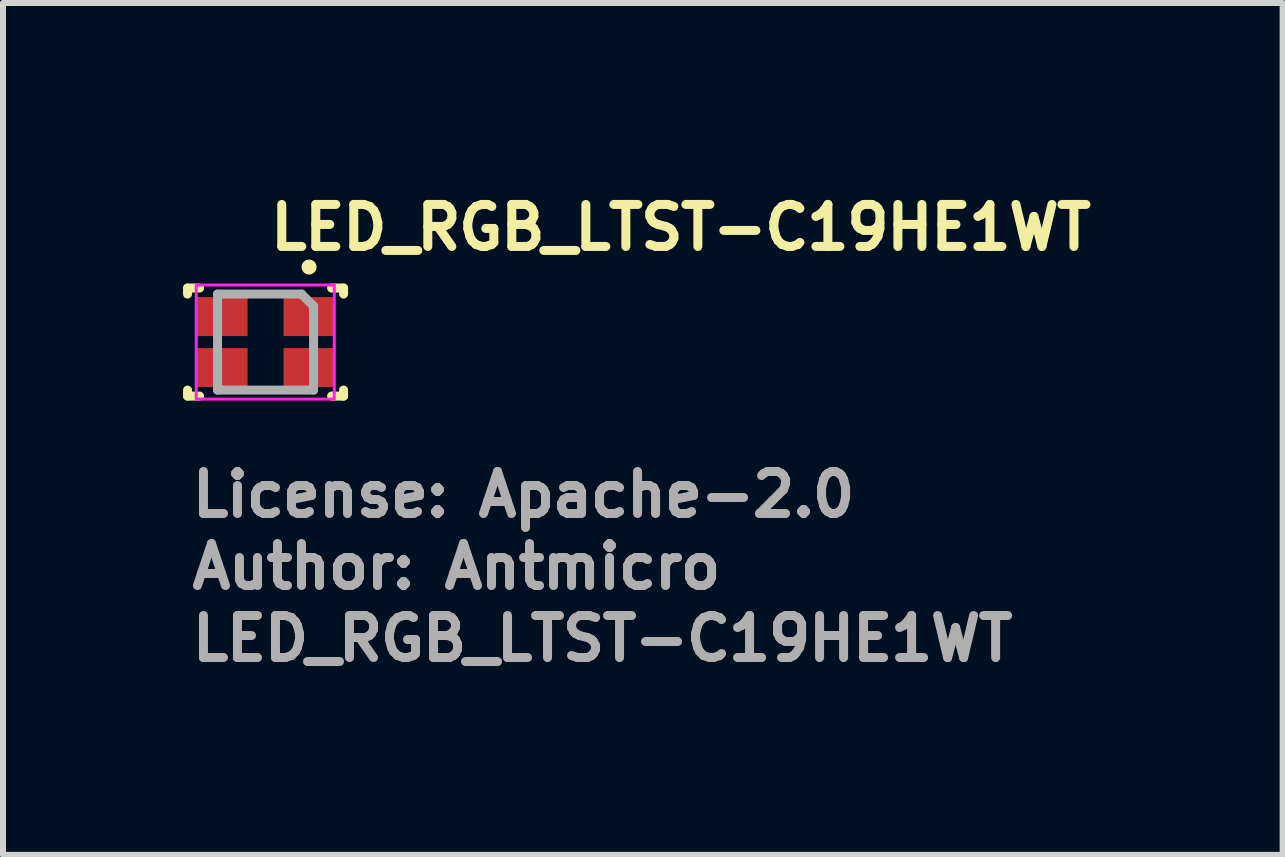
<source format=kicad_pcb>
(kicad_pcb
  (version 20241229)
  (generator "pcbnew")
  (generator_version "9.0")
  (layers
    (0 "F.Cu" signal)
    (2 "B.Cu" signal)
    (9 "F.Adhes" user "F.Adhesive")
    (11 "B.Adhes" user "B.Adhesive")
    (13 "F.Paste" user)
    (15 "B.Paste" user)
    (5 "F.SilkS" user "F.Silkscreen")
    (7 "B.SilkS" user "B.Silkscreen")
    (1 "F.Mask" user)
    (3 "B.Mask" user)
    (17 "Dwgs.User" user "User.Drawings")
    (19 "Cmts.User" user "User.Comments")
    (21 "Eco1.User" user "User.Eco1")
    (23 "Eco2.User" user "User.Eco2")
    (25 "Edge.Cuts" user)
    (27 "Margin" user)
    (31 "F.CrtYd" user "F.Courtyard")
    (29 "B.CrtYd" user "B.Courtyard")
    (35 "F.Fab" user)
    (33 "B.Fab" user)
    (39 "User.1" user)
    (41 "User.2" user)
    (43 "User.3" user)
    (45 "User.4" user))
  (footprint "LED_RGB_LTST-C19HE1WT"
    (layer "F.Cu")
    (at 1.38 2.65)
    (property "Reference" "LED_RGB_LTST-C19HE1WT" (at 0 -1.5 180) (layer "F.SilkS") (effects (font (size 0.7 0.7) (thickness 0.15)) (justify left bottom)))
    (attr smd)
    (fp_line (start -1.305 -0.9) (end -1.105 -0.9) (stroke (width 0.15) (type solid)) (layer "F.SilkS"))
    (fp_line (start -1.305 -0.8) (end -1.305 -0.9) (stroke (width 0.15) (type solid)) (layer "F.SilkS"))
    (fp_line (start -1.305 0.8) (end -1.305 0.9) (stroke (width 0.15) (type solid)) (layer "F.SilkS"))
    (fp_line (start -1.305 0.9) (end -1.105 0.9) (stroke (width 0.15) (type solid)) (layer "F.SilkS"))
    (fp_line (start 1.295 -0.9) (end 1.095 -0.9) (stroke (width 0.15) (type solid)) (layer "F.SilkS"))
    (fp_line (start 1.295 -0.8) (end 1.295 -0.9) (stroke (width 0.15) (type solid)) (layer "F.SilkS"))
    (fp_line (start 1.295 0.8) (end 1.295 0.9) (stroke (width 0.15) (type solid)) (layer "F.SilkS"))
    (fp_line (start 1.295 0.9) (end 1.095 0.9) (stroke (width 0.15) (type solid)) (layer "F.SilkS"))
    (fp_circle (center 0.72 -1.25) (end 0.77 -1.25) (stroke (width 0.15) (type solid)) (fill yes) (layer "F.SilkS"))
    (fp_rect (start -1.16 -0.95) (end 1.14 0.95) (stroke (width 0.05) (type solid)) (fill no) (layer "F.CrtYd"))
    (fp_line (start -0.805 -0.8) (end -0.805 0.8) (stroke (width 0.15) (type solid)) (layer "F.Fab"))
    (fp_line (start 0.595 -0.8) (end -0.805 -0.8) (stroke (width 0.15) (type solid)) (layer "F.Fab"))
    (fp_line (start 0.595 -0.8) (end 0.795 -0.6) (stroke (width 0.15) (type solid)) (layer "F.Fab"))
    (fp_line (start 0.795 -0.6) (end 0.795 0.8) (stroke (width 0.15) (type solid)) (layer "F.Fab"))
    (fp_line (start 0.795 0.8) (end -0.805 0.8) (stroke (width 0.15) (type solid)) (layer "F.Fab"))
    (fp_rect (start -0.8 -0.8) (end 0.8 0.8) (stroke (width 0.1) (type solid)) (fill no) (layer "User.5"))
    (fp_line (start -0.8 -0.8) (end -0.575 -0.8) (stroke (width 0.02) (type solid)) (layer "User.9"))
    (fp_line (start -0.8 -0.675) (end -0.8 -0.8) (stroke (width 0.02) (type solid)) (layer "User.9"))
    (fp_line (start -0.8 -0.5) (end -0.8 -0.675) (stroke (width 0.02) (type solid)) (layer "User.9"))
    (fp_line (start -0.8 -0.5) (end -0.774 -0.497) (stroke (width 0.02) (type solid)) (layer "User.9"))
    (fp_line (start -0.8 -0.125) (end -0.8 -0.3) (stroke (width 0.02) (type solid)) (layer "User.9"))
    (fp_line (start -0.8 -0.125) (end -0.575 -0.125) (stroke (width 0.02) (type solid)) (layer "User.9"))
    (fp_line (start -0.8 0.125) (end -0.8 -0.125) (stroke (width 0.02) (type solid)) (layer "User.9"))
    (fp_line (start -0.8 0.3) (end -0.8 0.125) (stroke (width 0.02) (type solid)) (layer "User.9"))
    (fp_line (start -0.8 0.3) (end -0.774 0.303) (stroke (width 0.02) (type solid)) (layer "User.9"))
    (fp_line (start -0.8 0.675) (end -0.8 0.5) (stroke (width 0.02) (type solid)) (layer "User.9"))
    (fp_line (start -0.8 0.675) (end -0.575 0.675) (stroke (width 0.02) (type solid)) (layer "User.9"))
    (fp_line (start -0.8 0.8) (end -0.8 0.675) (stroke (width 0.02) (type solid)) (layer "User.9"))
    (fp_line (start -0.774 -0.497) (end -0.75 -0.487) (stroke (width 0.02) (type solid)) (layer "User.9"))
    (fp_line (start -0.774 -0.303) (end -0.8 -0.3) (stroke (width 0.02) (type solid)) (layer "User.9"))
    (fp_line (start -0.774 0.303) (end -0.75 0.313) (stroke (width 0.02) (type solid)) (layer "User.9"))
    (fp_line (start -0.774 0.497) (end -0.8 0.5) (stroke (width 0.02) (type solid)) (layer "User.9"))
    (fp_line (start -0.75 -0.487) (end -0.73 -0.471) (stroke (width 0.02) (type solid)) (layer "User.9"))
    (fp_line (start -0.75 -0.313) (end -0.774 -0.303) (stroke (width 0.02) (type solid)) (layer "User.9"))
    (fp_line (start -0.75 0.313) (end -0.73 0.33) (stroke (width 0.02) (type solid)) (layer "User.9"))
    (fp_line (start -0.75 0.487) (end -0.774 0.497) (stroke (width 0.02) (type solid)) (layer "User.9"))
    (fp_line (start -0.73 -0.471) (end -0.713 -0.45) (stroke (width 0.02) (type solid)) (layer "User.9"))
    (fp_line (start -0.73 0.33) (end -0.712 0.35) (stroke (width 0.02) (type solid)) (layer "User.9"))
    (fp_line (start -0.729 -0.33) (end -0.75 -0.313) (stroke (width 0.02) (type solid)) (layer "User.9"))
    (fp_line (start -0.729 0.47) (end -0.75 0.487) (stroke (width 0.02) (type solid)) (layer "User.9"))
    (fp_line (start -0.713 -0.45) (end -0.703 -0.426) (stroke (width 0.02) (type solid)) (layer "User.9"))
    (fp_line (start -0.713 -0.35) (end -0.729 -0.33) (stroke (width 0.02) (type solid)) (layer "User.9"))
    (fp_line (start -0.713 0.45) (end -0.729 0.47) (stroke (width 0.02) (type solid)) (layer "User.9"))
    (fp_line (start -0.712 0.35) (end -0.702 0.374) (stroke (width 0.02) (type solid)) (layer "User.9"))
    (fp_line (start -0.703 -0.426) (end -0.7 -0.4) (stroke (width 0.02) (type solid)) (layer "User.9"))
    (fp_line (start -0.703 -0.374) (end -0.713 -0.35) (stroke (width 0.02) (type solid)) (layer "User.9"))
    (fp_line (start -0.703 0.426) (end -0.713 0.45) (stroke (width 0.02) (type solid)) (layer "User.9"))
    (fp_line (start -0.702 0.374) (end -0.7 0.4) (stroke (width 0.02) (type solid)) (layer "User.9"))
    (fp_line (start -0.7 -0.4) (end -0.703 -0.374) (stroke (width 0.02) (type solid)) (layer "User.9"))
    (fp_line (start -0.7 0.4) (end -0.703 0.426) (stroke (width 0.02) (type solid)) (layer "User.9"))
    (fp_line (start -0.575 -0.675) (end -0.8 -0.675) (stroke (width 0.02) (type solid)) (layer "User.9"))
    (fp_line (start -0.575 0.125) (end -0.8 0.125) (stroke (width 0.02) (type solid)) (layer "User.9"))
    (fp_line (start -0.575 0.675) (end -0.575 -0.8) (stroke (width 0.02) (type solid)) (layer "User.9"))
    (fp_line (start -0.575 0.8) (end -0.8 0.8) (stroke (width 0.02) (type solid)) (layer "User.9"))
    (fp_line (start -0.575 0.8) (end -0.525 0.8) (stroke (width 0.02) (type solid)) (layer "User.9"))
    (fp_line (start -0.525 -0.8) (end -0.575 -0.8) (stroke (width 0.02) (type solid)) (layer "User.9"))
    (fp_line (start -0.525 -0.8) (end -0.575 -0.8) (stroke (width 0.02) (type solid)) (layer "User.9"))
    (fp_line (start -0.525 -0.8) (end -0.525 0.8) (stroke (width 0.02) (type solid)) (layer "User.9"))
    (fp_line (start -0.525 -0.8) (end 0.8 -0.8) (stroke (width 0.02) (type solid)) (layer "User.9"))
    (fp_line (start 0.525 0.8) (end -0.8 0.8) (stroke (width 0.02) (type solid)) (layer "User.9"))
    (fp_line (start 0.525 0.8) (end 0.525 -0.8) (stroke (width 0.02) (type solid)) (layer "User.9"))
    (fp_line (start 0.525 0.8) (end 0.575 0.8) (stroke (width 0.02) (type solid)) (layer "User.9"))
    (fp_line (start 0.525 0.8) (end 0.575 0.8) (stroke (width 0.02) (type solid)) (layer "User.9"))
    (fp_line (start 0.575 -0.8) (end 0.525 -0.8) (stroke (width 0.02) (type solid)) (layer "User.9"))
    (fp_line (start 0.575 -0.8) (end 0.8 -0.8) (stroke (width 0.02) (type solid)) (layer "User.9"))
    (fp_line (start 0.575 -0.675) (end 0.575 -0.8) (stroke (width 0.02) (type solid)) (layer "User.9"))
    (fp_line (start 0.575 0.675) (end 0.8 0.675) (stroke (width 0.02) (type solid)) (layer "User.9"))
    (fp_line (start 0.575 0.8) (end 0.575 -0.8) (stroke (width 0.02) (type solid)) (layer "User.9"))
    (fp_line (start 0.7 -0.4) (end 0.703 -0.426) (stroke (width 0.02) (type solid)) (layer "User.9"))
    (fp_line (start 0.7 0.4) (end 0.703 0.374) (stroke (width 0.02) (type solid)) (layer "User.9"))
    (fp_line (start 0.703 -0.426) (end 0.713 -0.45) (stroke (width 0.02) (type solid)) (layer "User.9"))
    (fp_line (start 0.703 -0.374) (end 0.7 -0.4) (stroke (width 0.02) (type solid)) (layer "User.9"))
    (fp_line (start 0.703 0.374) (end 0.713 0.35) (stroke (width 0.02) (type solid)) (layer "User.9"))
    (fp_line (start 0.703 0.426) (end 0.7 0.4) (stroke (width 0.02) (type solid)) (layer "User.9"))
    (fp_line (start 0.713 -0.45) (end 0.729 -0.47) (stroke (width 0.02) (type solid)) (layer "User.9"))
    (fp_line (start 0.713 -0.35) (end 0.703 -0.374) (stroke (width 0.02) (type solid)) (layer "User.9"))
    (fp_line (start 0.713 0.35) (end 0.73 0.33) (stroke (width 0.02) (type solid)) (layer "User.9"))
    (fp_line (start 0.713 0.45) (end 0.703 0.426) (stroke (width 0.02) (type solid)) (layer "User.9"))
    (fp_line (start 0.729 -0.47) (end 0.75 -0.487) (stroke (width 0.02) (type solid)) (layer "User.9"))
    (fp_line (start 0.73 -0.329) (end 0.713 -0.35) (stroke (width 0.02) (type solid)) (layer "User.9"))
    (fp_line (start 0.73 0.33) (end 0.75 0.312) (stroke (width 0.02) (type solid)) (layer "User.9"))
    (fp_line (start 0.73 0.471) (end 0.713 0.45) (stroke (width 0.02) (type solid)) (layer "User.9"))
    (fp_line (start 0.75 -0.487) (end 0.774 -0.497) (stroke (width 0.02) (type solid)) (layer "User.9"))
    (fp_line (start 0.75 -0.313) (end 0.73 -0.329) (stroke (width 0.02) (type solid)) (layer "User.9"))
    (fp_line (start 0.75 0.312) (end 0.774 0.302) (stroke (width 0.02) (type solid)) (layer "User.9"))
    (fp_line (start 0.75 0.487) (end 0.73 0.471) (stroke (width 0.02) (type solid)) (layer "User.9"))
    (fp_line (start 0.774 -0.497) (end 0.8 -0.5) (stroke (width 0.02) (type solid)) (layer "User.9"))
    (fp_line (start 0.774 -0.303) (end 0.75 -0.313) (stroke (width 0.02) (type solid)) (layer "User.9"))
    (fp_line (start 0.774 0.302) (end 0.8 0.3) (stroke (width 0.02) (type solid)) (layer "User.9"))
    (fp_line (start 0.774 0.497) (end 0.75 0.487) (stroke (width 0.02) (type solid)) (layer "User.9"))
    (fp_line (start 0.8 -0.8) (end 0.8 -0.675) (stroke (width 0.02) (type solid)) (layer "User.9"))
    (fp_line (start 0.8 -0.675) (end 0.575 -0.675) (stroke (width 0.02) (type solid)) (layer "User.9"))
    (fp_line (start 0.8 -0.675) (end 0.8 -0.5) (stroke (width 0.02) (type solid)) (layer "User.9"))
    (fp_line (start 0.8 -0.3) (end 0.774 -0.303) (stroke (width 0.02) (type solid)) (layer "User.9"))
    (fp_line (start 0.8 -0.3) (end 0.8 -0.125) (stroke (width 0.02) (type solid)) (layer "User.9"))
    (fp_line (start 0.8 -0.125) (end 0.575 -0.125) (stroke (width 0.02) (type solid)) (layer "User.9"))
    (fp_line (start 0.8 -0.125) (end 0.8 0.125) (stroke (width 0.02) (type solid)) (layer "User.9"))
    (fp_line (start 0.8 0.125) (end 0.575 0.125) (stroke (width 0.02) (type solid)) (layer "User.9"))
    (fp_line (start 0.8 0.125) (end 0.8 0.3) (stroke (width 0.02) (type solid)) (layer "User.9"))
    (fp_line (start 0.8 0.5) (end 0.774 0.497) (stroke (width 0.02) (type solid)) (layer "User.9"))
    (fp_line (start 0.8 0.5) (end 0.8 0.675) (stroke (width 0.02) (type solid)) (layer "User.9"))
    (fp_line (start 0.8 0.675) (end 0.8 0.8) (stroke (width 0.02) (type solid)) (layer "User.9"))
    (fp_line (start 0.8 0.8) (end 0.575 0.8) (stroke (width 0.02) (type solid)) (layer "User.9"))
    (fp_text user "Author: Antmicro" (at -1.305 4.15 0) (layer "F.Fab") (effects (font (size 0.7 0.7) (thickness 0.15)) (justify left bottom)))
    (fp_text user "${REFERENCE}" (at -1.305 5.35 0) (layer "F.Fab") (effects (font (size 0.7 0.7) (thickness 0.15)) (justify left bottom)))
    (fp_text user "License: Apache-2.0" (at -1.305 2.95 0) (layer "F.Fab") (effects (font (size 0.7 0.7) (thickness 0.15)) (justify left bottom)))
    (pad "1" smd rect (at 0.72 -0.425 270) (size 0.65 0.85) (layers "F.Cu" "F.Mask" "F.Paste"))
    (pad "2" smd rect (at 0.72 0.425 270) (size 0.65 0.85) (layers "F.Cu" "F.Mask" "F.Paste"))
    (pad "3" smd rect (at -0.73 0.425 270) (size 0.65 0.85) (layers "F.Cu" "F.Mask" "F.Paste"))
    (pad "4" smd rect (at -0.73 -0.425 270) (size 0.65 0.85) (layers "F.Cu" "F.Mask" "F.Paste")))
  (gr_rect
    (start -3 -3)
    (end 18.323 11.195)
    (stroke (width 0.1) (type default))
    (fill no)
    (layer "Edge.Cuts")))
</source>
